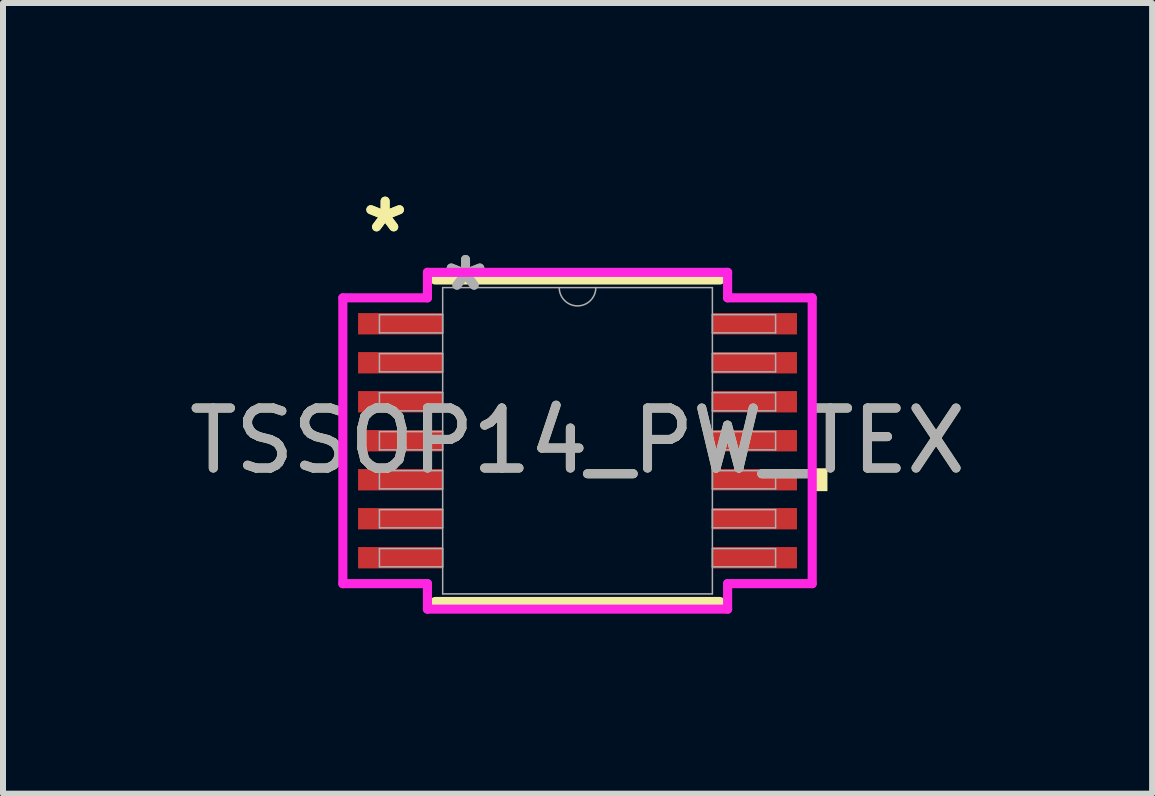
<source format=kicad_pcb>
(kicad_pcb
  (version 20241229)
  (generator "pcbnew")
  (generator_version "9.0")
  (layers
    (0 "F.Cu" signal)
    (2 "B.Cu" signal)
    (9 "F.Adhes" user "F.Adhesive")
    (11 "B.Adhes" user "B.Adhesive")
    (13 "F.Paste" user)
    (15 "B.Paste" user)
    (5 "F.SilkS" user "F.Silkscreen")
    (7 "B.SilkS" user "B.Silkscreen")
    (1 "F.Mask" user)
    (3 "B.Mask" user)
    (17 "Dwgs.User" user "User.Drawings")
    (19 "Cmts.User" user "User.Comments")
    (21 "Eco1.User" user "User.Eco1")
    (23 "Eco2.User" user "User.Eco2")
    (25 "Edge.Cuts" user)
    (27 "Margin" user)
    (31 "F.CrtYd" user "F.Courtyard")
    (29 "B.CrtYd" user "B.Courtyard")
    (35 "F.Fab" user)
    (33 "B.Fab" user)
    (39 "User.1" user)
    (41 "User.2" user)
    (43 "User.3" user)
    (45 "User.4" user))
  (footprint "TSSOP14_PW_TEX"
    (layer "F.Cu")
    (at 6.577 4.297)
    (property "Reference" "TSSOP14_PW_TEX" (at 0 0 0) (unlocked yes) (layer "F.SilkS") (effects (font (size 1 1) (thickness 0.15))))
    (attr smd)
    (fp_line (start -2.375 2.68) (end 2.375 2.68) (stroke (width 0.152) (type solid)) (layer "F.SilkS"))
    (fp_line (start 2.375 -2.68) (end -2.375 -2.68) (stroke (width 0.152) (type solid)) (layer "F.SilkS"))
    (fp_poly (pts (xy 4.166 0.459) (xy 4.166 0.84) (xy 3.912 0.84) (xy 3.912 0.459)) (stroke (width 0) (type solid)) (fill yes) (layer "F.SilkS"))
    (fp_line (start -3.912 -2.382) (end -2.502 -2.382) (stroke (width 0.152) (type solid)) (layer "F.CrtYd"))
    (fp_line (start -3.912 2.382) (end -3.912 -2.382) (stroke (width 0.152) (type solid)) (layer "F.CrtYd"))
    (fp_line (start -3.912 2.382) (end -2.502 2.382) (stroke (width 0.152) (type solid)) (layer "F.CrtYd"))
    (fp_line (start -2.502 -2.807) (end 2.502 -2.807) (stroke (width 0.152) (type solid)) (layer "F.CrtYd"))
    (fp_line (start -2.502 -2.382) (end -2.502 -2.807) (stroke (width 0.152) (type solid)) (layer "F.CrtYd"))
    (fp_line (start -2.502 2.807) (end -2.502 2.382) (stroke (width 0.152) (type solid)) (layer "F.CrtYd"))
    (fp_line (start 2.502 -2.807) (end 2.502 -2.382) (stroke (width 0.152) (type solid)) (layer "F.CrtYd"))
    (fp_line (start 2.502 2.382) (end 2.502 2.807) (stroke (width 0.152) (type solid)) (layer "F.CrtYd"))
    (fp_line (start 2.502 2.807) (end -2.502 2.807) (stroke (width 0.152) (type solid)) (layer "F.CrtYd"))
    (fp_line (start 3.912 -2.382) (end 2.502 -2.382) (stroke (width 0.152) (type solid)) (layer "F.CrtYd"))
    (fp_line (start 3.912 -2.382) (end 3.912 2.382) (stroke (width 0.152) (type solid)) (layer "F.CrtYd"))
    (fp_line (start 3.912 2.382) (end 2.502 2.382) (stroke (width 0.152) (type solid)) (layer "F.CrtYd"))
    (fp_line (start -3.302 -2.102) (end -3.302 -1.798) (stroke (width 0.025) (type solid)) (layer "F.Fab"))
    (fp_line (start -3.302 -1.798) (end -2.248 -1.798) (stroke (width 0.025) (type solid)) (layer "F.Fab"))
    (fp_line (start -3.302 -1.452) (end -3.302 -1.148) (stroke (width 0.025) (type solid)) (layer "F.Fab"))
    (fp_line (start -3.302 -1.148) (end -2.248 -1.148) (stroke (width 0.025) (type solid)) (layer "F.Fab"))
    (fp_line (start -3.302 -0.802) (end -3.302 -0.498) (stroke (width 0.025) (type solid)) (layer "F.Fab"))
    (fp_line (start -3.302 -0.498) (end -2.248 -0.498) (stroke (width 0.025) (type solid)) (layer "F.Fab"))
    (fp_line (start -3.302 -0.152) (end -3.302 0.152) (stroke (width 0.025) (type solid)) (layer "F.Fab"))
    (fp_line (start -3.302 0.152) (end -2.248 0.152) (stroke (width 0.025) (type solid)) (layer "F.Fab"))
    (fp_line (start -3.302 0.498) (end -3.302 0.802) (stroke (width 0.025) (type solid)) (layer "F.Fab"))
    (fp_line (start -3.302 0.802) (end -2.248 0.802) (stroke (width 0.025) (type solid)) (layer "F.Fab"))
    (fp_line (start -3.302 1.148) (end -3.302 1.452) (stroke (width 0.025) (type solid)) (layer "F.Fab"))
    (fp_line (start -3.302 1.452) (end -2.248 1.452) (stroke (width 0.025) (type solid)) (layer "F.Fab"))
    (fp_line (start -3.302 1.798) (end -3.302 2.102) (stroke (width 0.025) (type solid)) (layer "F.Fab"))
    (fp_line (start -3.302 2.102) (end -2.248 2.102) (stroke (width 0.025) (type solid)) (layer "F.Fab"))
    (fp_line (start -2.248 -2.553) (end -2.248 2.553) (stroke (width 0.025) (type solid)) (layer "F.Fab"))
    (fp_line (start -2.248 -2.102) (end -3.302 -2.102) (stroke (width 0.025) (type solid)) (layer "F.Fab"))
    (fp_line (start -2.248 -1.798) (end -2.248 -2.102) (stroke (width 0.025) (type solid)) (layer "F.Fab"))
    (fp_line (start -2.248 -1.452) (end -3.302 -1.452) (stroke (width 0.025) (type solid)) (layer "F.Fab"))
    (fp_line (start -2.248 -1.148) (end -2.248 -1.452) (stroke (width 0.025) (type solid)) (layer "F.Fab"))
    (fp_line (start -2.248 -0.802) (end -3.302 -0.802) (stroke (width 0.025) (type solid)) (layer "F.Fab"))
    (fp_line (start -2.248 -0.498) (end -2.248 -0.802) (stroke (width 0.025) (type solid)) (layer "F.Fab"))
    (fp_line (start -2.248 -0.152) (end -3.302 -0.152) (stroke (width 0.025) (type solid)) (layer "F.Fab"))
    (fp_line (start -2.248 0.152) (end -2.248 -0.152) (stroke (width 0.025) (type solid)) (layer "F.Fab"))
    (fp_line (start -2.248 0.498) (end -3.302 0.498) (stroke (width 0.025) (type solid)) (layer "F.Fab"))
    (fp_line (start -2.248 0.802) (end -2.248 0.498) (stroke (width 0.025) (type solid)) (layer "F.Fab"))
    (fp_line (start -2.248 1.148) (end -3.302 1.148) (stroke (width 0.025) (type solid)) (layer "F.Fab"))
    (fp_line (start -2.248 1.452) (end -2.248 1.148) (stroke (width 0.025) (type solid)) (layer "F.Fab"))
    (fp_line (start -2.248 1.798) (end -3.302 1.798) (stroke (width 0.025) (type solid)) (layer "F.Fab"))
    (fp_line (start -2.248 2.102) (end -2.248 1.798) (stroke (width 0.025) (type solid)) (layer "F.Fab"))
    (fp_line (start -2.248 2.553) (end 2.248 2.553) (stroke (width 0.025) (type solid)) (layer "F.Fab"))
    (fp_line (start 2.248 -2.553) (end -2.248 -2.553) (stroke (width 0.025) (type solid)) (layer "F.Fab"))
    (fp_line (start 2.248 -2.102) (end 2.248 -1.798) (stroke (width 0.025) (type solid)) (layer "F.Fab"))
    (fp_line (start 2.248 -1.798) (end 3.302 -1.798) (stroke (width 0.025) (type solid)) (layer "F.Fab"))
    (fp_line (start 2.248 -1.452) (end 2.248 -1.148) (stroke (width 0.025) (type solid)) (layer "F.Fab"))
    (fp_line (start 2.248 -1.148) (end 3.302 -1.148) (stroke (width 0.025) (type solid)) (layer "F.Fab"))
    (fp_line (start 2.248 -0.802) (end 2.248 -0.498) (stroke (width 0.025) (type solid)) (layer "F.Fab"))
    (fp_line (start 2.248 -0.498) (end 3.302 -0.498) (stroke (width 0.025) (type solid)) (layer "F.Fab"))
    (fp_line (start 2.248 -0.152) (end 2.248 0.152) (stroke (width 0.025) (type solid)) (layer "F.Fab"))
    (fp_line (start 2.248 0.152) (end 3.302 0.152) (stroke (width 0.025) (type solid)) (layer "F.Fab"))
    (fp_line (start 2.248 0.498) (end 2.248 0.802) (stroke (width 0.025) (type solid)) (layer "F.Fab"))
    (fp_line (start 2.248 0.802) (end 3.302 0.802) (stroke (width 0.025) (type solid)) (layer "F.Fab"))
    (fp_line (start 2.248 1.148) (end 2.248 1.452) (stroke (width 0.025) (type solid)) (layer "F.Fab"))
    (fp_line (start 2.248 1.452) (end 3.302 1.452) (stroke (width 0.025) (type solid)) (layer "F.Fab"))
    (fp_line (start 2.248 1.798) (end 2.248 2.102) (stroke (width 0.025) (type solid)) (layer "F.Fab"))
    (fp_line (start 2.248 2.102) (end 3.302 2.102) (stroke (width 0.025) (type solid)) (layer "F.Fab"))
    (fp_line (start 2.248 2.553) (end 2.248 -2.553) (stroke (width 0.025) (type solid)) (layer "F.Fab"))
    (fp_line (start 3.302 -2.102) (end 2.248 -2.102) (stroke (width 0.025) (type solid)) (layer "F.Fab"))
    (fp_line (start 3.302 -1.798) (end 3.302 -2.102) (stroke (width 0.025) (type solid)) (layer "F.Fab"))
    (fp_line (start 3.302 -1.452) (end 2.248 -1.452) (stroke (width 0.025) (type solid)) (layer "F.Fab"))
    (fp_line (start 3.302 -1.148) (end 3.302 -1.452) (stroke (width 0.025) (type solid)) (layer "F.Fab"))
    (fp_line (start 3.302 -0.802) (end 2.248 -0.802) (stroke (width 0.025) (type solid)) (layer "F.Fab"))
    (fp_line (start 3.302 -0.498) (end 3.302 -0.802) (stroke (width 0.025) (type solid)) (layer "F.Fab"))
    (fp_line (start 3.302 -0.152) (end 2.248 -0.152) (stroke (width 0.025) (type solid)) (layer "F.Fab"))
    (fp_line (start 3.302 0.152) (end 3.302 -0.152) (stroke (width 0.025) (type solid)) (layer "F.Fab"))
    (fp_line (start 3.302 0.498) (end 2.248 0.498) (stroke (width 0.025) (type solid)) (layer "F.Fab"))
    (fp_line (start 3.302 0.802) (end 3.302 0.498) (stroke (width 0.025) (type solid)) (layer "F.Fab"))
    (fp_line (start 3.302 1.148) (end 2.248 1.148) (stroke (width 0.025) (type solid)) (layer "F.Fab"))
    (fp_line (start 3.302 1.452) (end 3.302 1.148) (stroke (width 0.025) (type solid)) (layer "F.Fab"))
    (fp_line (start 3.302 1.798) (end 2.248 1.798) (stroke (width 0.025) (type solid)) (layer "F.Fab"))
    (fp_line (start 3.302 2.102) (end 3.302 1.798) (stroke (width 0.025) (type solid)) (layer "F.Fab"))
    (fp_arc (start 0.3048 -2.5527) (mid 0 -2.2479) (end -0.3048 -2.5527) (stroke (width 0.0254) (type solid)) (layer "F.Fab"))
    (fp_text user "*" (at -3.207 -3.449 0) (layer "F.SilkS") (effects (font (size 1 1) (thickness 0.15))))
    (fp_text user "*" (at -3.207 -3.449 0) (unlocked yes) (layer "F.SilkS") (effects (font (size 1 1) (thickness 0.15))))
    (fp_text user "${REFERENCE}" (at 0 0 0) (unlocked yes) (layer "F.Fab") (effects (font (size 1 1) (thickness 0.15))))
    (fp_text user "*" (at -1.867 -2.477 0) (layer "F.Fab") (effects (font (size 1 1) (thickness 0.15))))
    (fp_text user "*" (at -1.867 -2.477 0) (unlocked yes) (layer "F.Fab") (effects (font (size 1 1) (thickness 0.15))))
    (pad "1" smd rect (at -2.953 -1.95) (size 1.41 0.356) (layers "F.Cu" "F.Mask" "F.Paste"))
    (pad "2" smd rect (at -2.953 -1.3) (size 1.41 0.356) (layers "F.Cu" "F.Mask" "F.Paste"))
    (pad "3" smd rect (at -2.953 -0.65) (size 1.41 0.356) (layers "F.Cu" "F.Mask" "F.Paste"))
    (pad "4" smd rect (at -2.953 0) (size 1.41 0.356) (layers "F.Cu" "F.Mask" "F.Paste"))
    (pad "5" smd rect (at -2.953 0.65) (size 1.41 0.356) (layers "F.Cu" "F.Mask" "F.Paste"))
    (pad "6" smd rect (at -2.953 1.3) (size 1.41 0.356) (layers "F.Cu" "F.Mask" "F.Paste"))
    (pad "7" smd rect (at -2.953 1.95) (size 1.41 0.356) (layers "F.Cu" "F.Mask" "F.Paste"))
    (pad "8" smd rect (at 2.953 1.95) (size 1.41 0.356) (layers "F.Cu" "F.Mask" "F.Paste"))
    (pad "9" smd rect (at 2.953 1.3) (size 1.41 0.356) (layers "F.Cu" "F.Mask" "F.Paste"))
    (pad "10" smd rect (at 2.953 0.65) (size 1.41 0.356) (layers "F.Cu" "F.Mask" "F.Paste"))
    (pad "11" smd rect (at 2.953 0) (size 1.41 0.356) (layers "F.Cu" "F.Mask" "F.Paste"))
    (pad "12" smd rect (at 2.953 -0.65) (size 1.41 0.356) (layers "F.Cu" "F.Mask" "F.Paste"))
    (pad "13" smd rect (at 2.953 -1.3) (size 1.41 0.356) (layers "F.Cu" "F.Mask" "F.Paste"))
    (pad "14" smd rect (at 2.953 -1.95) (size 1.41 0.356) (layers "F.Cu" "F.Mask" "F.Paste")))
  (gr_rect
    (start -3 -3)
    (end 16.155 10.18)
    (stroke (width 0.1) (type default))
    (fill no)
    (layer "Edge.Cuts")))
</source>
